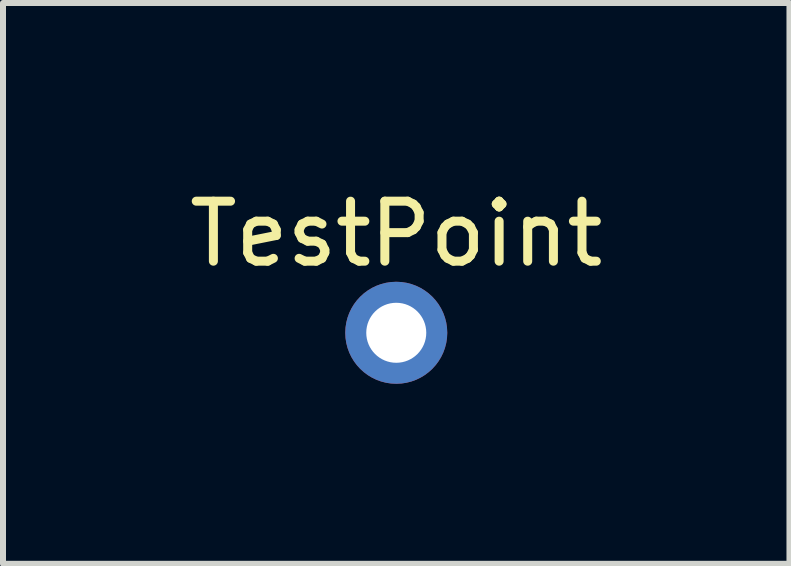
<source format=kicad_pcb>
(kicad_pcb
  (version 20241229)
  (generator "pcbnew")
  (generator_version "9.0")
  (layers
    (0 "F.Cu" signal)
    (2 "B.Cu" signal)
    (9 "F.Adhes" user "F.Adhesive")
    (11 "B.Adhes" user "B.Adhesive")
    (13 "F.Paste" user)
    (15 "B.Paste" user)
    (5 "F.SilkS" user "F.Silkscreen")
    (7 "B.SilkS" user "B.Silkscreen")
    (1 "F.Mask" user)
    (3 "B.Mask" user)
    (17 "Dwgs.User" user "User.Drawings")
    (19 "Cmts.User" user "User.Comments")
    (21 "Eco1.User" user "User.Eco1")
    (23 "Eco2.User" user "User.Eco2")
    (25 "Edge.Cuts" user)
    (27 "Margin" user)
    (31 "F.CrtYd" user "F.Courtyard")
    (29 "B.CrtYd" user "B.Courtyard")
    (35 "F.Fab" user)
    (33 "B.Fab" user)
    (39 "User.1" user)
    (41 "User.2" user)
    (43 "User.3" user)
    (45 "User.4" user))
  (footprint "TestPoint"
    (layer "F.Cu")
    (at 3.554 2.496)
    (property "Reference" "TestPoint" (at 0 -1.648 0) (layer "F.SilkS") (effects (font (size 1 1) (thickness 0.15))))
    (attr exclude_from_pos_files exclude_from_bom)
    (pad "1" thru_hole circle (at 0 0) (size 1.7 1.7) (drill 1) (layers "*.Cu" "*.Mask")))
  (gr_rect
    (start -3 -3)
    (end 10.107 6.346)
    (stroke (width 0.1) (type default))
    (fill no)
    (layer "Edge.Cuts")))
</source>
